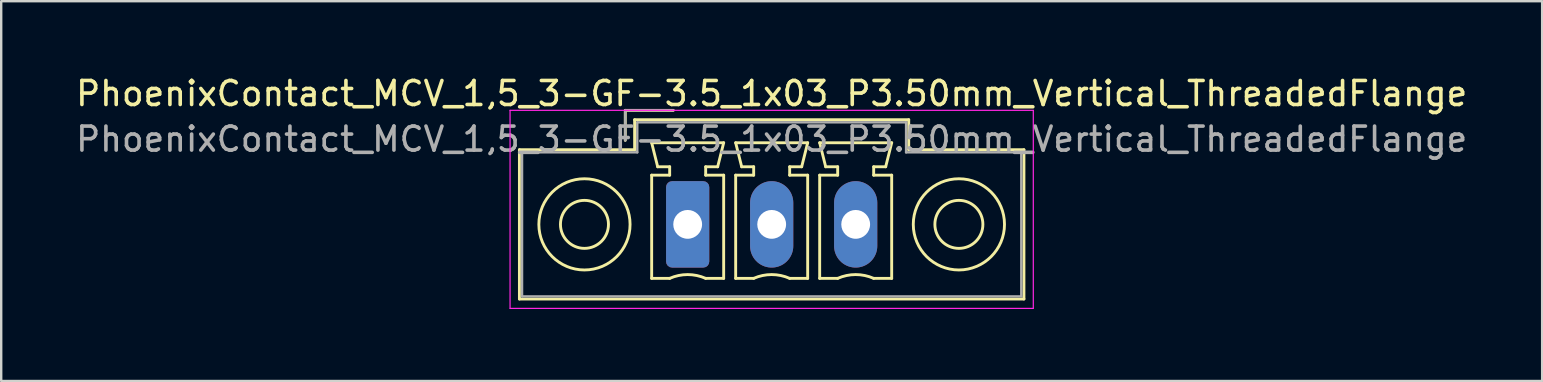
<source format=kicad_pcb>
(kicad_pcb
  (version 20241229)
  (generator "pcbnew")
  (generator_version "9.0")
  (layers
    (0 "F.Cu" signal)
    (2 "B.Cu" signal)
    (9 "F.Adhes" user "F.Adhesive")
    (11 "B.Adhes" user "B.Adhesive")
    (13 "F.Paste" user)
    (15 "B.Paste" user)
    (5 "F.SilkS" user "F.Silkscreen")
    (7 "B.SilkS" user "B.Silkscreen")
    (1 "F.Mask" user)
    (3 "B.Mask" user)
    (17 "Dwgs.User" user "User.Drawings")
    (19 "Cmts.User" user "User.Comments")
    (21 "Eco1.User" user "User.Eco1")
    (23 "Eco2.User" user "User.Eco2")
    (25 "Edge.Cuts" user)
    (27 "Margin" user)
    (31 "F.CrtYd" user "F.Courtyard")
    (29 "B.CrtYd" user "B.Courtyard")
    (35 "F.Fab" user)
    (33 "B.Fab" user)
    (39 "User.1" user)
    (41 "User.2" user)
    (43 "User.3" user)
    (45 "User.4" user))
  (footprint "PhoenixContact_MCV_1,5_3-GF-3.5_1x03_P3.50mm_Vertical_ThreadedFlange"
    (layer "F.Cu")
    (at 25.601 6.298)
    (property "Reference" "PhoenixContact_MCV_1,5_3-GF-3.5_1x03_P3.50mm_Vertical_ThreadedFlange" (at 3.5 -5.45 0) (layer "F.SilkS") (effects (font (size 1 1) (thickness 0.15))))
    (attr through_hole)
    (fp_line (start -7.01 -3.11) (end -7.01 3.11) (stroke (width 0.12) (type solid)) (layer "F.SilkS"))
    (fp_line (start -7.01 3.11) (end 14.01 3.11) (stroke (width 0.12) (type solid)) (layer "F.SilkS"))
    (fp_line (start -2.6 -4.75) (end -0.6 -4.75) (stroke (width 0.12) (type solid)) (layer "F.SilkS"))
    (fp_line (start -2.6 -3.5) (end -2.6 -4.75) (stroke (width 0.12) (type solid)) (layer "F.SilkS"))
    (fp_line (start -2.21 -4.36) (end -2.21 -3.11) (stroke (width 0.12) (type solid)) (layer "F.SilkS"))
    (fp_line (start -2.21 -3.11) (end -7.01 -3.11) (stroke (width 0.12) (type solid)) (layer "F.SilkS"))
    (fp_line (start -1.5 -3.4) (end 1.5 -3.4) (stroke (width 0.12) (type solid)) (layer "F.SilkS"))
    (fp_line (start -1.5 -2.05) (end -0.75 -2.05) (stroke (width 0.12) (type solid)) (layer "F.SilkS"))
    (fp_line (start -1.5 2.25) (end -1.5 -2.05) (stroke (width 0.12) (type solid)) (layer "F.SilkS"))
    (fp_line (start -1.25 -2.4) (end -1.5 -3.4) (stroke (width 0.12) (type solid)) (layer "F.SilkS"))
    (fp_line (start -0.75 -2.4) (end -1.25 -2.4) (stroke (width 0.12) (type solid)) (layer "F.SilkS"))
    (fp_line (start -0.75 -2.05) (end -0.75 -2.4) (stroke (width 0.12) (type solid)) (layer "F.SilkS"))
    (fp_line (start -0.75 2.25) (end -1.5 2.25) (stroke (width 0.12) (type solid)) (layer "F.SilkS"))
    (fp_line (start 0.75 -2.4) (end 0.75 -2.05) (stroke (width 0.12) (type solid)) (layer "F.SilkS"))
    (fp_line (start 0.75 -2.05) (end 1.5 -2.05) (stroke (width 0.12) (type solid)) (layer "F.SilkS"))
    (fp_line (start 1.25 -2.4) (end 0.75 -2.4) (stroke (width 0.12) (type solid)) (layer "F.SilkS"))
    (fp_line (start 1.5 -3.4) (end 1.25 -2.4) (stroke (width 0.12) (type solid)) (layer "F.SilkS"))
    (fp_line (start 1.5 -2.05) (end 1.5 2.25) (stroke (width 0.12) (type solid)) (layer "F.SilkS"))
    (fp_line (start 1.5 2.25) (end 0.75 2.25) (stroke (width 0.12) (type solid)) (layer "F.SilkS"))
    (fp_line (start 2 -3.4) (end 5 -3.4) (stroke (width 0.12) (type solid)) (layer "F.SilkS"))
    (fp_line (start 2 -2.05) (end 2.75 -2.05) (stroke (width 0.12) (type solid)) (layer "F.SilkS"))
    (fp_line (start 2 2.25) (end 2 -2.05) (stroke (width 0.12) (type solid)) (layer "F.SilkS"))
    (fp_line (start 2.25 -2.4) (end 2 -3.4) (stroke (width 0.12) (type solid)) (layer "F.SilkS"))
    (fp_line (start 2.75 -2.4) (end 2.25 -2.4) (stroke (width 0.12) (type solid)) (layer "F.SilkS"))
    (fp_line (start 2.75 -2.05) (end 2.75 -2.4) (stroke (width 0.12) (type solid)) (layer "F.SilkS"))
    (fp_line (start 2.75 2.25) (end 2 2.25) (stroke (width 0.12) (type solid)) (layer "F.SilkS"))
    (fp_line (start 4.25 -2.4) (end 4.25 -2.05) (stroke (width 0.12) (type solid)) (layer "F.SilkS"))
    (fp_line (start 4.25 -2.05) (end 5 -2.05) (stroke (width 0.12) (type solid)) (layer "F.SilkS"))
    (fp_line (start 4.75 -2.4) (end 4.25 -2.4) (stroke (width 0.12) (type solid)) (layer "F.SilkS"))
    (fp_line (start 5 -3.4) (end 4.75 -2.4) (stroke (width 0.12) (type solid)) (layer "F.SilkS"))
    (fp_line (start 5 -2.05) (end 5 2.25) (stroke (width 0.12) (type solid)) (layer "F.SilkS"))
    (fp_line (start 5 2.25) (end 4.25 2.25) (stroke (width 0.12) (type solid)) (layer "F.SilkS"))
    (fp_line (start 5.5 -3.4) (end 8.5 -3.4) (stroke (width 0.12) (type solid)) (layer "F.SilkS"))
    (fp_line (start 5.5 -2.05) (end 6.25 -2.05) (stroke (width 0.12) (type solid)) (layer "F.SilkS"))
    (fp_line (start 5.5 2.25) (end 5.5 -2.05) (stroke (width 0.12) (type solid)) (layer "F.SilkS"))
    (fp_line (start 5.75 -2.4) (end 5.5 -3.4) (stroke (width 0.12) (type solid)) (layer "F.SilkS"))
    (fp_line (start 6.25 -2.4) (end 5.75 -2.4) (stroke (width 0.12) (type solid)) (layer "F.SilkS"))
    (fp_line (start 6.25 -2.05) (end 6.25 -2.4) (stroke (width 0.12) (type solid)) (layer "F.SilkS"))
    (fp_line (start 6.25 2.25) (end 5.5 2.25) (stroke (width 0.12) (type solid)) (layer "F.SilkS"))
    (fp_line (start 7.75 -2.4) (end 7.75 -2.05) (stroke (width 0.12) (type solid)) (layer "F.SilkS"))
    (fp_line (start 7.75 -2.05) (end 8.5 -2.05) (stroke (width 0.12) (type solid)) (layer "F.SilkS"))
    (fp_line (start 8.25 -2.4) (end 7.75 -2.4) (stroke (width 0.12) (type solid)) (layer "F.SilkS"))
    (fp_line (start 8.5 -3.4) (end 8.25 -2.4) (stroke (width 0.12) (type solid)) (layer "F.SilkS"))
    (fp_line (start 8.5 -2.05) (end 8.5 2.25) (stroke (width 0.12) (type solid)) (layer "F.SilkS"))
    (fp_line (start 8.5 2.25) (end 7.75 2.25) (stroke (width 0.12) (type solid)) (layer "F.SilkS"))
    (fp_line (start 9.21 -4.36) (end -2.21 -4.36) (stroke (width 0.12) (type solid)) (layer "F.SilkS"))
    (fp_line (start 9.21 -3.11) (end 9.21 -4.36) (stroke (width 0.12) (type solid)) (layer "F.SilkS"))
    (fp_line (start 14.01 -3.11) (end 9.21 -3.11) (stroke (width 0.12) (type solid)) (layer "F.SilkS"))
    (fp_line (start 14.01 3.11) (end 14.01 -3.11) (stroke (width 0.12) (type solid)) (layer "F.SilkS"))
    (fp_arc (start -0.75 2.25) (mid -0.000193 2.09191) (end 0.749647 2.249844) (stroke (width 0.12) (type solid)) (layer "F.SilkS"))
    (fp_arc (start 2.75 2.25) (mid 3.499807 2.09191) (end 4.249647 2.249844) (stroke (width 0.12) (type solid)) (layer "F.SilkS"))
    (fp_arc (start 6.25 2.25) (mid 6.999807 2.09191) (end 7.749647 2.249844) (stroke (width 0.12) (type solid)) (layer "F.SilkS"))
    (fp_circle (center -4.3 0) (end -3.3 0) (stroke (width 0.12) (type solid)) (fill no) (layer "F.SilkS"))
    (fp_circle (center -4.3 0) (end -2.4 0) (stroke (width 0.12) (type solid)) (fill no) (layer "F.SilkS"))
    (fp_circle (center 11.3 0) (end 12.3 0) (stroke (width 0.12) (type solid)) (fill no) (layer "F.SilkS"))
    (fp_circle (center 11.3 0) (end 13.2 0) (stroke (width 0.12) (type solid)) (fill no) (layer "F.SilkS"))
    (fp_line (start -7.4 -4.75) (end -7.4 3.5) (stroke (width 0.05) (type solid)) (layer "F.CrtYd"))
    (fp_line (start -7.4 3.5) (end 14.4 3.5) (stroke (width 0.05) (type solid)) (layer "F.CrtYd"))
    (fp_line (start 14.4 -4.75) (end -7.4 -4.75) (stroke (width 0.05) (type solid)) (layer "F.CrtYd"))
    (fp_line (start 14.4 3.5) (end 14.4 -4.75) (stroke (width 0.05) (type solid)) (layer "F.CrtYd"))
    (fp_line (start -6.9 -3) (end -6.9 3) (stroke (width 0.1) (type solid)) (layer "F.Fab"))
    (fp_line (start -6.9 3) (end 13.9 3) (stroke (width 0.1) (type solid)) (layer "F.Fab"))
    (fp_line (start -2.6 -4.75) (end -0.6 -4.75) (stroke (width 0.1) (type solid)) (layer "F.Fab"))
    (fp_line (start -2.6 -3.5) (end -2.6 -4.75) (stroke (width 0.1) (type solid)) (layer "F.Fab"))
    (fp_line (start -2.1 -4.25) (end -2.1 -3) (stroke (width 0.1) (type solid)) (layer "F.Fab"))
    (fp_line (start -2.1 -3) (end -6.9 -3) (stroke (width 0.1) (type solid)) (layer "F.Fab"))
    (fp_line (start 9.1 -4.25) (end -2.1 -4.25) (stroke (width 0.1) (type solid)) (layer "F.Fab"))
    (fp_line (start 9.1 -3) (end 9.1 -4.25) (stroke (width 0.1) (type solid)) (layer "F.Fab"))
    (fp_line (start 13.9 -3) (end 9.1 -3) (stroke (width 0.1) (type solid)) (layer "F.Fab"))
    (fp_line (start 13.9 3) (end 13.9 -3) (stroke (width 0.1) (type solid)) (layer "F.Fab"))
    (fp_text user "${REFERENCE}" (at 3.5 -3.55 0) (layer "F.Fab") (effects (font (size 1 1) (thickness 0.15))))
    (pad "1" thru_hole roundrect (at 0 0) (size 1.8 3.6) (drill 1.2) (layers "*.Cu" "*.Mask") (roundrect_rratio 0.139))
    (pad "2" thru_hole oval (at 3.5 0) (size 1.8 3.6) (drill 1.2) (layers "*.Cu" "*.Mask"))
    (pad "3" thru_hole oval (at 7 0) (size 1.8 3.6) (drill 1.2) (layers "*.Cu" "*.Mask")))
  (gr_rect
    (start -3 -3)
    (end 61.202 12.823)
    (stroke (width 0.1) (type default))
    (fill no)
    (layer "Edge.Cuts")))
</source>
